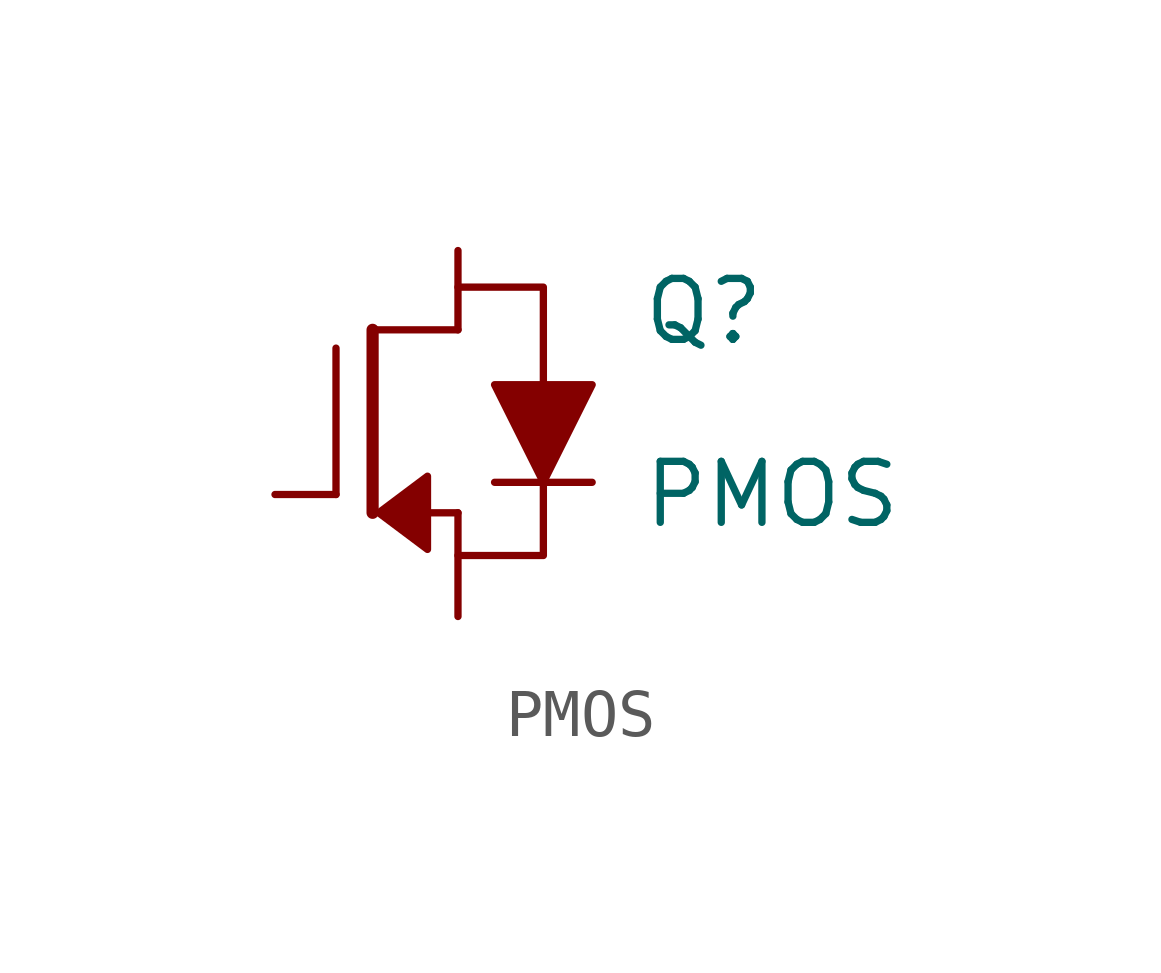
<source format=kicad_sym>
(kicad_symbol_lib
  (version 20211014)
  (generator kicad_symbol_editor)
  (symbol "PMOS"
    (pin_numbers hide)
    (pin_names
      (offset 0.025) hide)
    (property "Reference" "Q"
      (at 3.81 2.54 0)
      (effects (font (size 1.27 1.27)) (justify left)))
    (property "Value" "PMOS"
      (at 3.81 -1.27 0)
      (effects (font (size 1.27 1.27)) (justify left)))
    (symbol "PMOS_0_1"
      (polyline (pts (xy -2.54 -1.27) (xy -2.54 1.778)) (stroke (width 0) (type default) (color 0 0 0 0)) (fill (type none)))
      (polyline (pts (xy -1.778 -1.651) (xy -1.778 2.159)) (stroke (width 0.254) (type default) (color 0 0 0 0)) (fill (type none)))
      (polyline (pts (xy -0.635 -1.651) (xy 0 -1.651)) (stroke (width 0) (type default) (color 0 0 0 0)) (fill (type none)))
      (polyline (pts (xy 0 2.159) (xy -1.778 2.159)) (stroke (width 0) (type default) (color 0 0 0 0)) (fill (type none)))
      (polyline (pts (xy 0.762 -1.016) (xy 2.794 -1.016)) (stroke (width 0) (type default) (color 0 0 0 0)) (fill (type none)))
      (polyline (pts (xy 0 3.048) (xy 1.778 3.048) (xy 1.778 1.016)) (stroke (width 0) (type default) (color 0 0 0 0)) (fill (type none)))
      (polyline (pts (xy 1.778 -1.016) (xy 1.778 -2.54) (xy 0 -2.54)) (stroke (width 0) (type default) (color 0 0 0 0)) (fill (type none)))
      (polyline (pts (xy -1.651 -1.651) (xy -0.635 -0.889) (xy -0.635 -2.413) (xy -1.651 -1.651)) (stroke (width 0) (type default) (color 0 0 0 0)) (fill (type outline)))
      (polyline (pts (xy 0.762 1.016) (xy 2.794 1.016) (xy 1.778 -1.016) (xy 0.762 1.016)) (stroke (width 0) (type default) (color 0 0 0 0)) (fill (type outline))))
    (symbol "PMOS_1_1"
      (pin input line (at 0 3.81 270) (length 1.651) (name "~" (effects (font (size 1.27 1.27)))) (number "D" (effects (font (size 1.016 1.016)))))
      (pin input line (at -3.81 -1.27 0) (length 1.27) (name "~" (effects (font (size 1.27 1.27)))) (number "G" (effects (font (size 1.016 1.016)))))
      (pin input line (at 0 -3.81 90) (length 2.159) (name "~" (effects (font (size 1.27 1.27)))) (number "S" (effects (font (size 1.016 1.016))))))))
</source>
